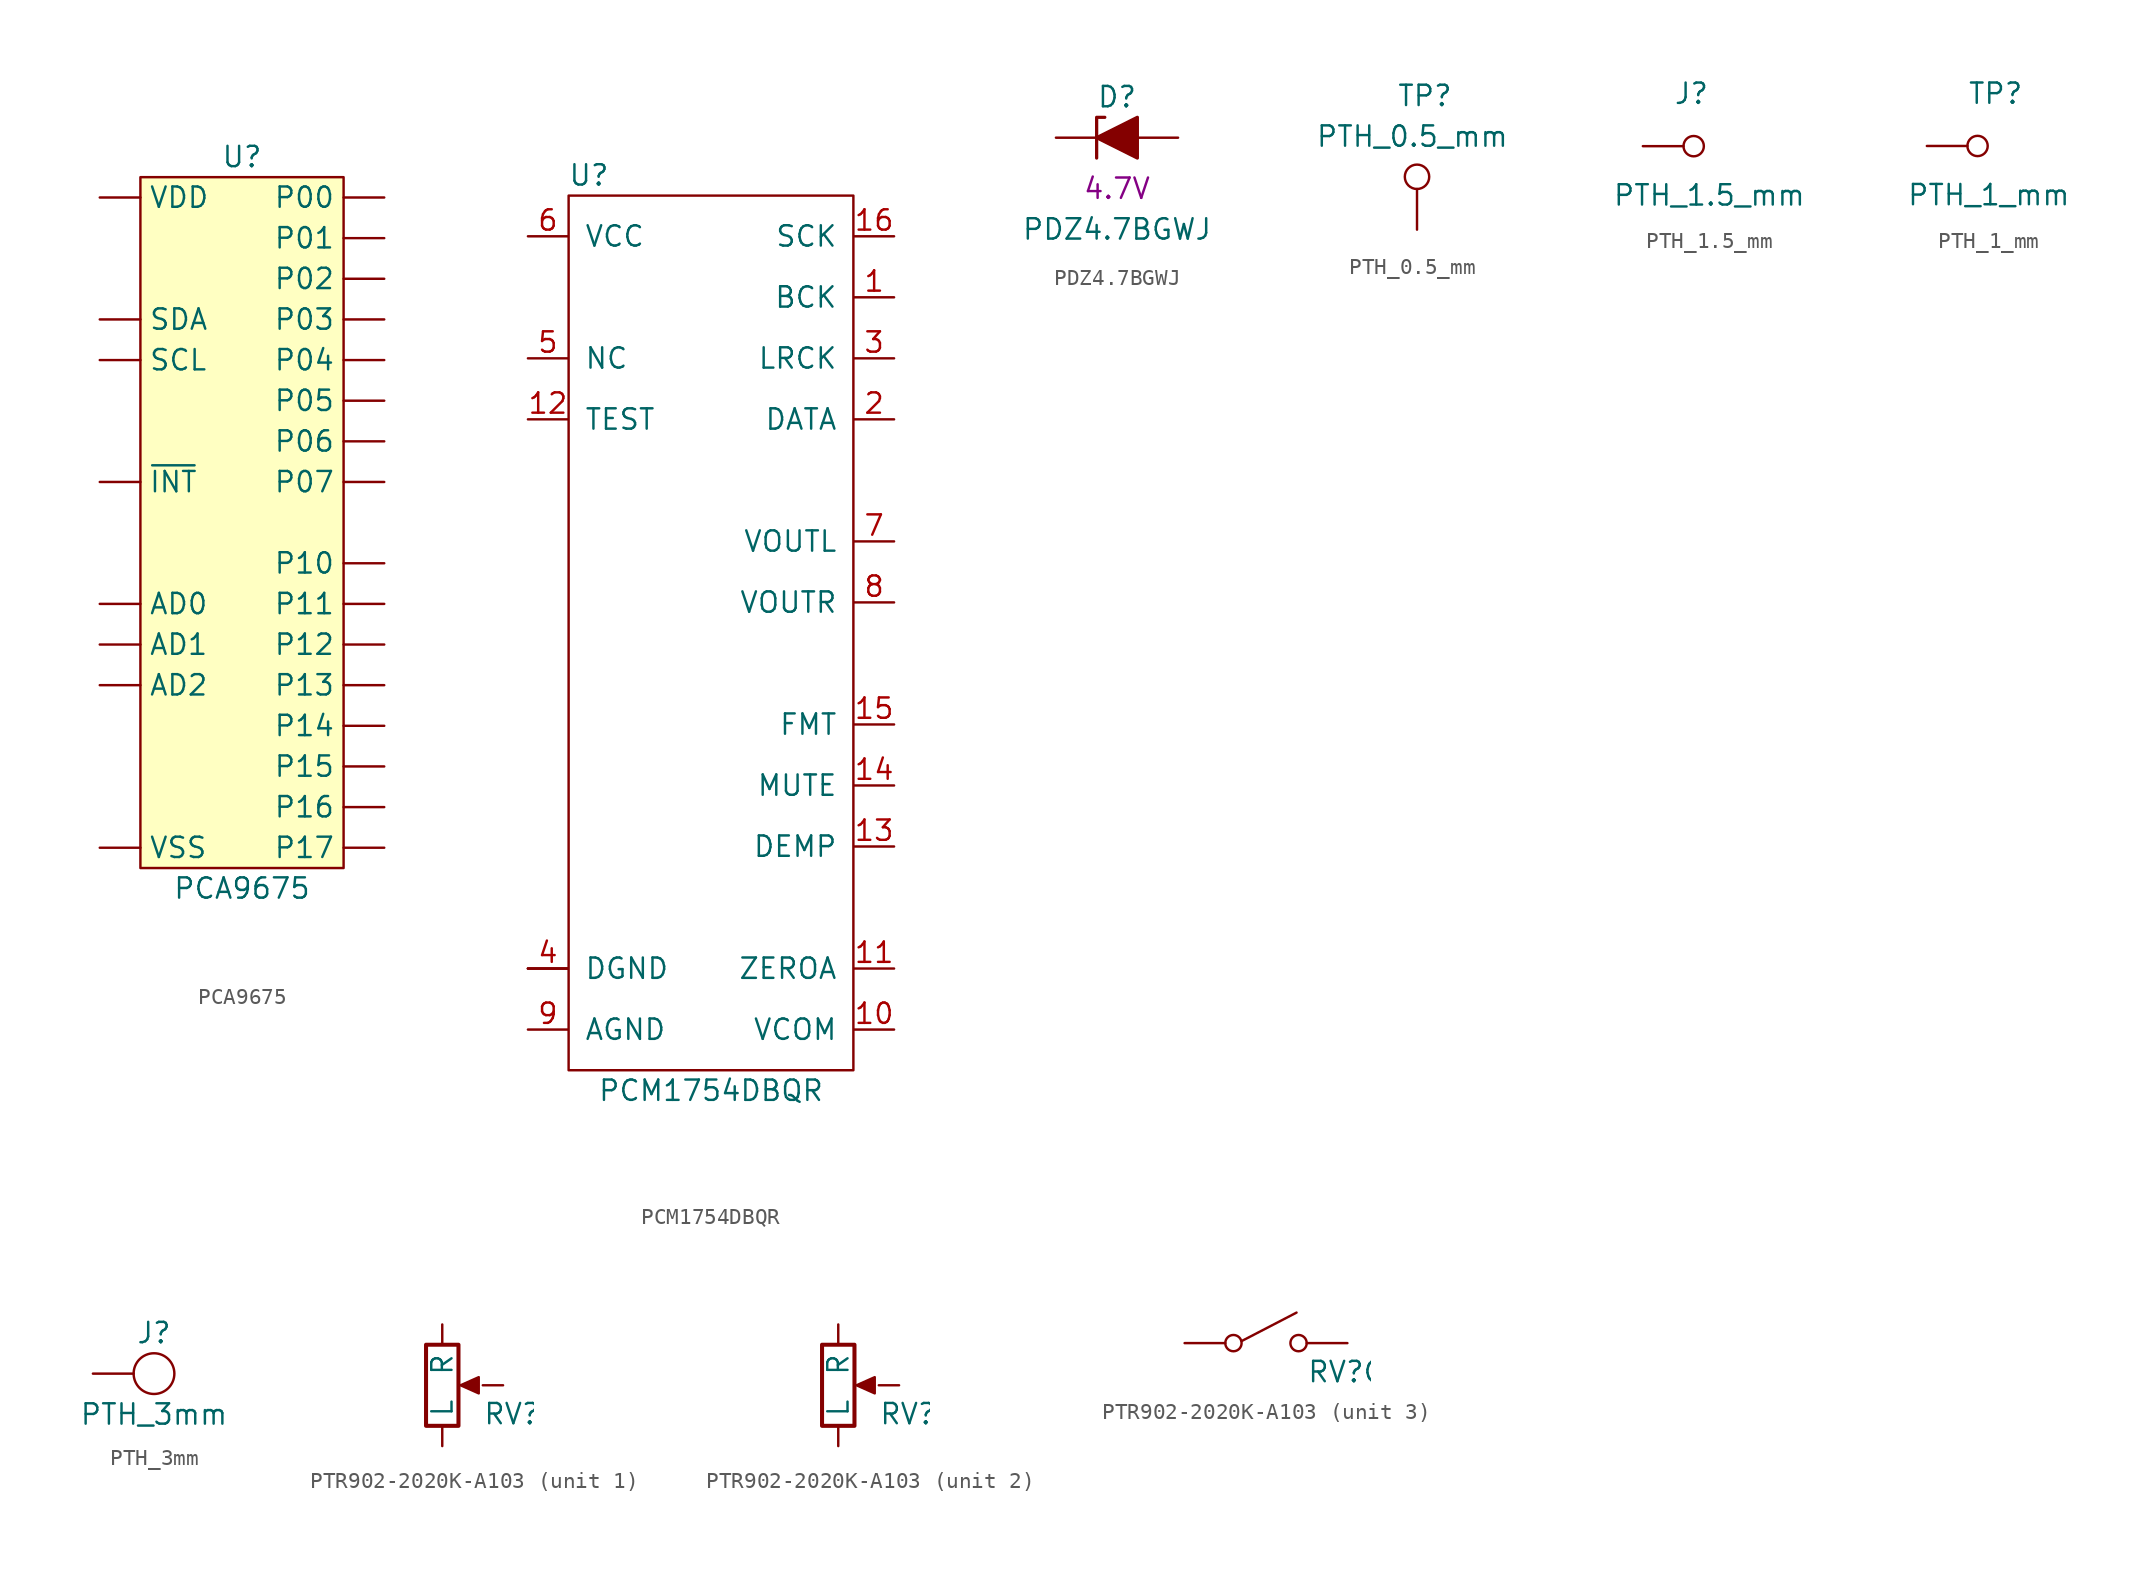
<source format=kicad_sym>
(kicad_symbol_lib
  (version 20210619)
  (generator kicad_symbol_editor)
  (symbol "custom:PCA9675"
    (pin_numbers hide)
    (property "Reference" "U"
      (at 0 11.43 0)
      (effects (font (size 1.27 1.27))))
    (property "Value" "PCA9675"
      (at 0 -34.29 0)
      (effects (font (size 1.27 1.27))))
    (symbol "PCA9675_0_1"
      (rectangle (start -6.35 10.16) (end 6.35 -33.02) (stroke (width 0.152)) (fill (type background))))
    (symbol "PCA9675_1_1"
      (pin output line (at -8.89 -8.89 0) (length 2.54) (name "~{INT}" (effects (font (size 1.27 1.27)))) (number "1" (effects (font (size 1.27 1.27)))))
      (pin bidirectional line (at 8.89 -6.35 180) (length 2.54) (name "P06" (effects (font (size 1.27 1.27)))) (number "10" (effects (font (size 1.27 1.27)))))
      (pin bidirectional line (at 8.89 -8.89 180) (length 2.54) (name "P07" (effects (font (size 1.27 1.27)))) (number "11" (effects (font (size 1.27 1.27)))))
      (pin power_in line (at -8.89 -31.75 0) (length 2.54) (name "VSS" (effects (font (size 1.27 1.27)))) (number "12" (effects (font (size 1.27 1.27)))))
      (pin bidirectional line (at 8.89 -13.97 180) (length 2.54) (name "P10" (effects (font (size 1.27 1.27)))) (number "13" (effects (font (size 1.27 1.27)))))
      (pin bidirectional line (at 8.89 -16.51 180) (length 2.54) (name "P11" (effects (font (size 1.27 1.27)))) (number "14" (effects (font (size 1.27 1.27)))))
      (pin bidirectional line (at 8.89 -19.05 180) (length 2.54) (name "P12" (effects (font (size 1.27 1.27)))) (number "15" (effects (font (size 1.27 1.27)))))
      (pin bidirectional line (at 8.89 -21.59 180) (length 2.54) (name "P13" (effects (font (size 1.27 1.27)))) (number "16" (effects (font (size 1.27 1.27)))))
      (pin bidirectional line (at 8.89 -24.13 180) (length 2.54) (name "P14" (effects (font (size 1.27 1.27)))) (number "17" (effects (font (size 1.27 1.27)))))
      (pin bidirectional line (at 8.89 -26.67 180) (length 2.54) (name "P15" (effects (font (size 1.27 1.27)))) (number "18" (effects (font (size 1.27 1.27)))))
      (pin bidirectional line (at 8.89 -29.21 180) (length 2.54) (name "P16" (effects (font (size 1.27 1.27)))) (number "19" (effects (font (size 1.27 1.27)))))
      (pin input line (at -8.89 -19.05 0) (length 2.54) (name "AD1" (effects (font (size 1.27 1.27)))) (number "2" (effects (font (size 1.27 1.27)))))
      (pin bidirectional line (at 8.89 -31.75 180) (length 2.54) (name "P17" (effects (font (size 1.27 1.27)))) (number "20" (effects (font (size 1.27 1.27)))))
      (pin input line (at -8.89 -16.51 0) (length 2.54) (name "AD0" (effects (font (size 1.27 1.27)))) (number "21" (effects (font (size 1.27 1.27)))))
      (pin bidirectional line (at -8.89 -1.27 0) (length 2.54) (name "SCL" (effects (font (size 1.27 1.27)))) (number "22" (effects (font (size 1.27 1.27)))))
      (pin bidirectional line (at -8.89 1.27 0) (length 2.54) (name "SDA" (effects (font (size 1.27 1.27)))) (number "23" (effects (font (size 1.27 1.27)))))
      (pin power_in line (at -8.89 8.89 0) (length 2.54) (name "VDD" (effects (font (size 1.27 1.27)))) (number "24" (effects (font (size 1.27 1.27)))))
      (pin input line (at -8.89 -21.59 0) (length 2.54) (name "AD2" (effects (font (size 1.27 1.27)))) (number "3" (effects (font (size 1.27 1.27)))))
      (pin bidirectional line (at 8.89 8.89 180) (length 2.54) (name "P00" (effects (font (size 1.27 1.27)))) (number "4" (effects (font (size 1.27 1.27)))))
      (pin bidirectional line (at 8.89 6.35 180) (length 2.54) (name "P01" (effects (font (size 1.27 1.27)))) (number "5" (effects (font (size 1.27 1.27)))))
      (pin bidirectional line (at 8.89 3.81 180) (length 2.54) (name "P02" (effects (font (size 1.27 1.27)))) (number "6" (effects (font (size 1.27 1.27)))))
      (pin bidirectional line (at 8.89 1.27 180) (length 2.54) (name "P03" (effects (font (size 1.27 1.27)))) (number "7" (effects (font (size 1.27 1.27)))))
      (pin bidirectional line (at 8.89 -1.27 180) (length 2.54) (name "P04" (effects (font (size 1.27 1.27)))) (number "8" (effects (font (size 1.27 1.27)))))
      (pin bidirectional line (at 8.89 -3.81 180) (length 2.54) (name "P05" (effects (font (size 1.27 1.27)))) (number "9" (effects (font (size 1.27 1.27)))))))
  (symbol "custom:PCM1754DBQR"
    (pin_names
      (offset 1.016))
    (property "Reference" "U"
      (at -7.62 29.21 0)
      (effects (font (size 1.27 1.27))))
    (property "Value" "PCM1754DBQR"
      (at 0 -27.94 0)
      (effects (font (size 1.27 1.27))))
    (symbol "PCM1754DBQR_0_1"
      (rectangle (start -8.89 27.94) (end 8.89 -26.67) (stroke (width 0)) (fill (type none))))
    (symbol "PCM1754DBQR_1_1"
      (pin input line (at 11.43 21.59 180) (length 2.489) (name "BCK" (effects (font (size 1.27 1.27)))) (number "1" (effects (font (size 1.27 1.27)))))
      (pin passive line (at 11.43 -24.13 180) (length 2.489) (name "VCOM" (effects (font (size 1.27 1.27)))) (number "10" (effects (font (size 1.27 1.27)))))
      (pin output line (at 11.43 -20.32 180) (length 2.489) (name "ZEROA" (effects (font (size 1.27 1.27)))) (number "11" (effects (font (size 1.27 1.27)))))
      (pin input line (at -11.43 13.97 0) (length 2.489) (name "TEST" (effects (font (size 1.27 1.27)))) (number "12" (effects (font (size 1.27 1.27)))))
      (pin input line (at 11.43 -12.7 180) (length 2.489) (name "DEMP" (effects (font (size 1.27 1.27)))) (number "13" (effects (font (size 1.27 1.27)))))
      (pin input line (at 11.43 -8.89 180) (length 2.489) (name "MUTE" (effects (font (size 1.27 1.27)))) (number "14" (effects (font (size 1.27 1.27)))))
      (pin input line (at 11.43 -5.08 180) (length 2.489) (name "FMT" (effects (font (size 1.27 1.27)))) (number "15" (effects (font (size 1.27 1.27)))))
      (pin input line (at 11.43 25.4 180) (length 2.489) (name "SCK" (effects (font (size 1.27 1.27)))) (number "16" (effects (font (size 1.27 1.27)))))
      (pin input line (at 11.43 13.97 180) (length 2.489) (name "DATA" (effects (font (size 1.27 1.27)))) (number "2" (effects (font (size 1.27 1.27)))))
      (pin input line (at 11.43 17.78 180) (length 2.489) (name "LRCK" (effects (font (size 1.27 1.27)))) (number "3" (effects (font (size 1.27 1.27)))))
      (pin power_in line (at -11.43 -20.32 0) (length 2.489) (name "DGND" (effects (font (size 1.27 1.27)))) (number "4" (effects (font (size 1.27 1.27)))))
      (pin passive line (at -11.43 17.78 0) (length 2.489) (name "NC" (effects (font (size 1.27 1.27)))) (number "5" (effects (font (size 1.27 1.27)))))
      (pin power_in line (at -11.43 25.4 0) (length 2.489) (name "VCC" (effects (font (size 1.27 1.27)))) (number "6" (effects (font (size 1.27 1.27)))))
      (pin output line (at 11.43 6.35 180) (length 2.489) (name "VOUTL" (effects (font (size 1.27 1.27)))) (number "7" (effects (font (size 1.27 1.27)))))
      (pin output line (at 11.43 2.54 180) (length 2.489) (name "VOUTR" (effects (font (size 1.27 1.27)))) (number "8" (effects (font (size 1.27 1.27)))))
      (pin power_in line (at -11.43 -24.13 0) (length 2.489) (name "AGND" (effects (font (size 1.27 1.27)))) (number "9" (effects (font (size 1.27 1.27)))))
      (pin power_in line (at -11.43 -20.32 0) (length 2.489) (name "~" (effects (font (size 1.27 1.27)))) (number "~" (effects (font (size 1.27 1.27)))))
      (pin power_in line (at -11.43 -20.32 0) (length 2.489) (name "~" (effects (font (size 1.27 1.27)))) (number "~" (effects (font (size 1.27 1.27)))))))
  (symbol "custom:PDZ4.7BGWJ"
    (pin_numbers hide)
    (pin_names
      (offset 1.016) hide)
    (property "Reference" "D"
      (at 0 2.54 0)
      (effects (font (size 1.27 1.27))))
    (property "Value" "PDZ4.7BGWJ"
      (at 0 -5.715 0)
      (effects (font (size 1.27 1.27))))
    (property "Rating" "4.7V"
      (at 0 -3.175 0)
      (effects (font (size 1.27 1.27))))
    (symbol "PDZ4.7BGWJ_0_1"
      (polyline (pts (xy 1.27 0) (xy -1.27 0)) (stroke (width 0)) (fill (type none)))
      (polyline (pts (xy -1.27 -1.27) (xy -1.27 1.27) (xy -0.762 1.27)) (stroke (width 0.203)) (fill (type none)))
      (polyline (pts (xy 1.27 -1.27) (xy 1.27 1.27) (xy -1.27 0) (xy 1.27 -1.27)) (stroke (width 0.203)) (fill (type outline))))
    (symbol "PDZ4.7BGWJ_1_1"
      (pin passive line (at -3.81 0 0) (length 2.54) (name "K" (effects (font (size 1.27 1.27)))) (number "1" (effects (font (size 1.27 1.27)))))
      (pin passive line (at 3.81 0 180) (length 2.54) (name "A" (effects (font (size 1.27 1.27)))) (number "2" (effects (font (size 1.27 1.27)))))))
  (symbol "custom:PTH_0.5_mm"
    (pin_numbers hide)
    (pin_names
      (offset 0.762) hide)
    (property "Reference" "TP"
      (at -1.27 7.62 0)
      (effects (font (size 1.27 1.27)) (justify left bottom)))
    (property "Value" "PTH_0.5_mm"
      (at -6.35 5.08 0)
      (effects (font (size 1.27 1.27)) (justify left bottom)))
    (symbol "PTH_0.5_mm_0_1"
      (circle (center 0 3.302) (radius 0.762) (stroke (width 0)) (fill (type none))))
    (symbol "PTH_0.5_mm_1_1"
      (pin passive line (at 0 0 90) (length 2.54) (name "1" (effects (font (size 1.27 1.27)))) (number "1" (effects (font (size 1.27 1.27)))))))
  (symbol "custom:PTH_1.5_mm"
    (pin_numbers hide)
    (pin_names
      (offset 1.016) hide)
    (property "Reference" "J"
      (at -1.27 2.54 0)
      (effects (font (size 1.27 1.27)) (justify left bottom)))
    (property "Value" "PTH_1.5_mm"
      (at -5.08 -3.81 0)
      (effects (font (size 1.27 1.27)) (justify left bottom)))
    (symbol "PTH_1.5_mm_0_1"
      (circle (center 0 0) (radius 0.635) (stroke (width 0)) (fill (type none))))
    (symbol "PTH_1.5_mm_1_1"
      (pin bidirectional line (at -3.175 0 0) (length 2.54) (name "1" (effects (font (size 1.27 1.27)))) (number "1" (effects (font (size 1.27 1.27)))))))
  (symbol "custom:PTH_1_mm"
    (pin_numbers hide)
    (pin_names
      (offset 1.016) hide)
    (property "Reference" "TP"
      (at -1.27 2.54 0)
      (effects (font (size 1.27 1.27)) (justify left bottom)))
    (property "Value" "PTH_1_mm"
      (at -5.08 -3.81 0)
      (effects (font (size 1.27 1.27)) (justify left bottom)))
    (symbol "PTH_1_mm_0_1"
      (circle (center -0.635 0) (radius 0.635) (stroke (width 0)) (fill (type none))))
    (symbol "PTH_1_mm_1_1"
      (pin bidirectional line (at -3.81 0 0) (length 2.54) (name "1" (effects (font (size 1.27 1.27)))) (number "1" (effects (font (size 1.27 1.27)))))))
  (symbol "custom:PTH_3mm"
    (pin_numbers hide)
    (pin_names
      (offset 1.016) hide)
    (property "Reference" "J"
      (at 0 2.54 0)
      (effects (font (size 1.27 1.27))))
    (property "Value" "PTH_3mm"
      (at 0 -2.54 0)
      (effects (font (size 1.27 1.27))))
    (symbol "PTH_3mm_0_1"
      (circle (center 0 0) (radius 1.27) (stroke (width 0)) (fill (type none))))
    (symbol "PTH_3mm_1_1"
      (pin bidirectional line (at -3.81 0 0) (length 2.54) (name "1" (effects (font (size 1.27 1.27)))) (number "1" (effects (font (size 1.27 1.27)))))))
  (symbol "custom:PTR902-2020K-A103"
    (pin_numbers hide)
    (property "Reference" "RV"
      (at 2.54 -2.54 0)
      (effects (font (size 1.27 1.27)) (justify left bottom)))
    (property "ki_locked" ""
      (at 0 0 0)
      (effects (font (size 1.27 1.27))))
    (symbol "PTR902-2020K-A103_1_1"
      (rectangle (start 1.016 2.54) (end -1.016 -2.54) (stroke (width 0.254)) (fill (type none)))
      (polyline (pts (xy 1.143 0) (xy 2.286 0.508) (xy 2.286 -0.508) (xy 1.143 0)) (stroke (width 0)) (fill (type outline)))
      (pin passive line (at 0 -3.81 90) (length 1.27) (name "L" (effects (font (size 1.27 1.27)))) (number "1" (effects (font (size 1.27 1.27)))))
      (pin passive line (at 3.81 0 180) (length 1.27) (name "~" (effects (font (size 1.27 1.27)))) (number "2" (effects (font (size 1.27 1.27)))))
      (pin passive line (at 0 3.81 270) (length 1.27) (name "R" (effects (font (size 1.27 1.27)))) (number "3" (effects (font (size 1.27 1.27))))))
    (symbol "PTR902-2020K-A103_2_1"
      (rectangle (start 1.016 2.54) (end -1.016 -2.54) (stroke (width 0.254)) (fill (type none)))
      (polyline (pts (xy 1.143 0) (xy 2.286 0.508) (xy 2.286 -0.508) (xy 1.143 0)) (stroke (width 0)) (fill (type outline)))
      (pin passive line (at 0 -3.81 90) (length 1.27) (name "L" (effects (font (size 1.27 1.27)))) (number "4" (effects (font (size 1.27 1.27)))))
      (pin passive line (at 3.81 0 180) (length 1.27) (name "~" (effects (font (size 1.27 1.27)))) (number "5" (effects (font (size 1.27 1.27)))))
      (pin passive line (at 0 3.81 270) (length 1.27) (name "R" (effects (font (size 1.27 1.27)))) (number "6" (effects (font (size 1.27 1.27))))))
    (symbol "PTR902-2020K-A103_3_0"
      (circle (center -2.032 0) (radius 0.508) (stroke (width 0)) (fill (type none)))
      (circle (center 2.032 0) (radius 0.508) (stroke (width 0)) (fill (type none)))
      (polyline (pts (xy -1.524 0.127) (xy 1.905 1.905)) (stroke (width 0)) (fill (type none))))
    (symbol "PTR902-2020K-A103_3_1"
      (pin passive line (at -5.08 0 0) (length 2.54) (name "~" (effects (font (size 1.27 1.27)))) (number "7" (effects (font (size 1.27 1.27)))))
      (pin passive line (at 5.08 0 180) (length 2.54) (name "~" (effects (font (size 1.27 1.27)))) (number "8" (effects (font (size 1.27 1.27))))))))
</source>
